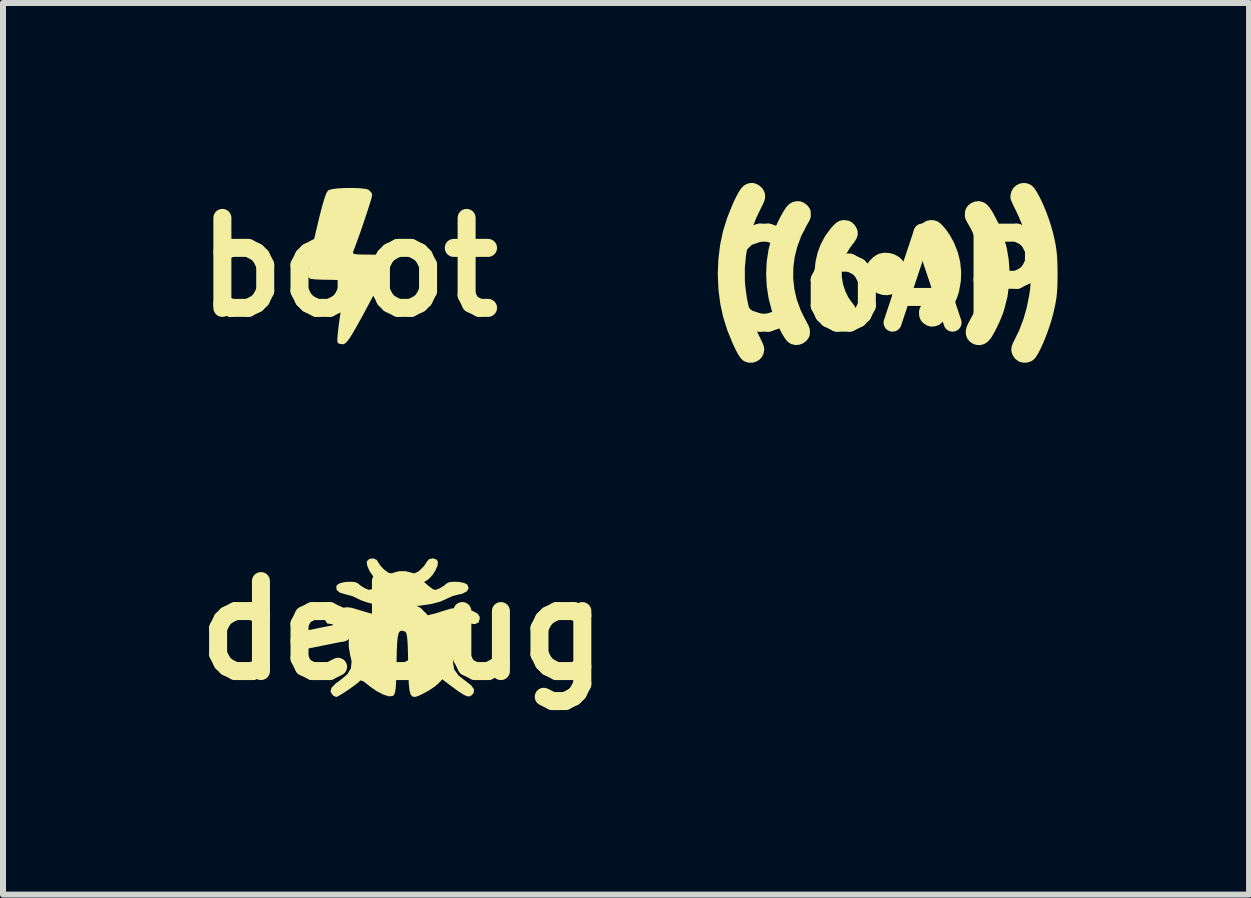
<source format=kicad_pcb>
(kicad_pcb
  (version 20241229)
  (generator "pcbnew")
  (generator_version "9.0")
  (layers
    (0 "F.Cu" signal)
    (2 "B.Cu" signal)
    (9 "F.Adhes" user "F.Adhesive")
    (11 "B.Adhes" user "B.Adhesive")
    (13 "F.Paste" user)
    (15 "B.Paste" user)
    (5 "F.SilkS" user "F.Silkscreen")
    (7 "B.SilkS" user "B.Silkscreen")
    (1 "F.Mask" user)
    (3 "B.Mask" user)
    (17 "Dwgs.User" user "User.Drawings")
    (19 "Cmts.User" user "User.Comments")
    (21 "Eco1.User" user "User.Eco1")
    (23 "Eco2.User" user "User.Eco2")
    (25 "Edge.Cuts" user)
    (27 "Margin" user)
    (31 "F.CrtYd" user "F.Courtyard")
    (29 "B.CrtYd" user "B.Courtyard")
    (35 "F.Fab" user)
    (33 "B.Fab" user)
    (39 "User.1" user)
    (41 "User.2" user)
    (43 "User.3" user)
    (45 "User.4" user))
  (footprint "debug"
    (layer "F.Cu")
    (at 3.657 7.458)
    (property "Reference" "debug" (at 0 0 0) (layer "F.SilkS") (effects (font (size 1.5 1.5) (thickness 0.3))))
    (attr board_only exclude_from_pos_files exclude_from_bom)
    (fp_poly (pts (xy 0.568 -1.182) (xy 0.591 -1.152) (xy 0.589 -1.089) (xy 0.555 -1.005) (xy 0.501 -0.92) (xy 0.438 -0.855) (xy 0.43 -0.849) (xy 0.362 -0.805) (xy 0.45 -0.731) (xy 0.511 -0.685) (xy 0.556 -0.675) (xy 0.614 -0.697) (xy 0.627 -0.704) (xy 0.694 -0.744) (xy 0.734 -0.779) (xy 0.735 -0.78) (xy 0.779 -0.803) (xy 0.859 -0.811) (xy 0.951 -0.807) (xy 1.033 -0.79) (xy 1.083 -0.763) (xy 1.105 -0.702) (xy 1.074 -0.649) (xy 0.996 -0.61) (xy 0.943 -0.599) (xy 0.843 -0.574) (xy 0.755 -0.536) (xy 0.747 -0.531) (xy 0.633 -0.479) (xy 0.474 -0.438) (xy 0.282 -0.411) (xy 0.073 -0.396) (xy -0.139 -0.397) (xy -0.343 -0.414) (xy -0.476 -0.437) (xy -0.59 -0.467) (xy -0.692 -0.503) (xy -0.747 -0.53) (xy -0.831 -0.57) (xy -0.932 -0.597) (xy -0.943 -0.599) (xy -1.041 -0.628) (xy -1.096 -0.675) (xy -1.101 -0.733) (xy -1.083 -0.763) (xy -1.032 -0.79) (xy -0.95 -0.807) (xy -0.858 -0.811) (xy -0.779 -0.803) (xy -0.735 -0.78) (xy -0.698 -0.747) (xy -0.631 -0.706) (xy -0.627 -0.704) (xy -0.565 -0.677) (xy -0.52 -0.681) (xy -0.463 -0.72) (xy -0.45 -0.731) (xy -0.362 -0.805) (xy -0.43 -0.849) (xy -0.493 -0.909) (xy -0.549 -0.993) (xy -0.586 -1.079) (xy -0.593 -1.146) (xy -0.591 -1.152) (xy -0.549 -1.192) (xy -0.485 -1.2) (xy -0.427 -1.175) (xy -0.406 -1.142) (xy -0.371 -1.085) (xy -0.31 -1.019) (xy -0.296 -1.007) (xy -0.227 -0.958) (xy -0.175 -0.951) (xy -0.15 -0.961) (xy -0.058 -0.986) (xy 0.053 -0.987) (xy 0.147 -0.963) (xy 0.15 -0.961) (xy 0.2 -0.95) (xy 0.258 -0.977) (xy 0.296 -1.007) (xy 0.361 -1.072) (xy 0.402 -1.133) (xy 0.406 -1.142) (xy 0.445 -1.187) (xy 0.509 -1.201)) (stroke (width 0) (type solid)) (fill yes) (layer "F.SilkS"))
    (fp_poly (pts (xy -0.848 -0.377) (xy -0.802 -0.364) (xy -0.611 -0.306) (xy -0.463 -0.265) (xy -0.345 -0.238) (xy -0.242 -0.222) (xy -0.141 -0.215) (xy -0.027 -0.215) (xy 0.075 -0.218) (xy 0.26 -0.23) (xy 0.41 -0.249) (xy 0.548 -0.282) (xy 0.646 -0.313) (xy 0.798 -0.36) (xy 0.918 -0.379) (xy 1.026 -0.371) (xy 1.141 -0.335) (xy 1.18 -0.32) (xy 1.257 -0.278) (xy 1.288 -0.228) (xy 1.291 -0.199) (xy 1.27 -0.131) (xy 1.206 -0.104) (xy 1.1 -0.119) (xy 1.052 -0.135) (xy 0.969 -0.162) (xy 0.91 -0.178) (xy 0.898 -0.18) (xy 0.888 -0.153) (xy 0.885 -0.08) (xy 0.889 0.025) (xy 0.891 0.055) (xy 0.896 0.238) (xy 0.879 0.375) (xy 0.872 0.402) (xy 0.844 0.539) (xy 0.865 0.653) (xy 0.938 0.753) (xy 1.037 0.831) (xy 1.143 0.912) (xy 1.194 0.98) (xy 1.191 1.04) (xy 1.155 1.082) (xy 1.119 1.101) (xy 1.074 1.097) (xy 1.01 1.066) (xy 0.917 1.004) (xy 0.818 0.931) (xy 0.666 0.816) (xy 0.6 0.886) (xy 0.536 0.94) (xy 0.442 1.002) (xy 0.372 1.041) (xy 0.284 1.085) (xy 0.218 1.109) (xy 0.171 1.105) (xy 0.138 1.07) (xy 0.118 0.996) (xy 0.106 0.878) (xy 0.1 0.711) (xy 0.097 0.548) (xy 0.093 0.355) (xy 0.088 0.215) (xy 0.08 0.118) (xy 0.07 0.059) (xy 0.056 0.028) (xy 0.044 0.019) (xy -0.001 0.006) (xy -0.035 0.01) (xy -0.059 0.04) (xy -0.076 0.101) (xy -0.086 0.202) (xy -0.093 0.349) (xy -0.097 0.548) (xy -0.101 0.737) (xy -0.105 0.876) (xy -0.112 0.972) (xy -0.122 1.034) (xy -0.136 1.07) (xy -0.154 1.09) (xy -0.156 1.092) (xy -0.22 1.1) (xy -0.314 1.072) (xy -0.425 1.015) (xy -0.541 0.934) (xy -0.58 0.902) (xy -0.65 0.849) (xy -0.696 0.834) (xy -0.705 0.84) (xy -0.739 0.872) (xy -0.807 0.924) (xy -0.892 0.985) (xy -0.98 1.043) (xy -1.054 1.088) (xy -1.099 1.11) (xy -1.103 1.111) (xy -1.145 1.092) (xy -1.165 1.075) (xy -1.198 1.017) (xy -1.181 0.956) (xy -1.112 0.885) (xy -1.037 0.831) (xy -0.919 0.734) (xy -0.857 0.632) (xy -0.846 0.515) (xy -0.872 0.402) (xy -0.893 0.278) (xy -0.894 0.107) (xy -0.891 0.055) (xy -0.885 -0.055) (xy -0.887 -0.138) (xy -0.895 -0.178) (xy -0.898 -0.18) (xy -0.939 -0.171) (xy -1.015 -0.147) (xy -1.052 -0.135) (xy -1.174 -0.104) (xy -1.252 -0.114) (xy -1.285 -0.165) (xy -1.285 -0.205) (xy -1.272 -0.253) (xy -1.234 -0.289) (xy -1.16 -0.323) (xy -1.102 -0.343) (xy -0.996 -0.376) (xy -0.92 -0.386)) (stroke (width 0) (type solid)) (fill yes) (layer "F.SilkS")))
  (footprint "CoAP"
    (layer "F.Cu")
    (at 11.65 1.65)
    (property "Reference" "CoAP" (at 0 0 0) (layer "F.SilkS") (effects (font (size 1.5 1.5) (thickness 0.3))))
    (attr board_only exclude_from_pos_files exclude_from_bom)
    (fp_poly (pts (xy 0.123 -0.483) (xy 0.205 -0.461) (xy 0.279 -0.421) (xy 0.334 -0.373) (xy 0.382 -0.31) (xy 0.411 -0.244) (xy 0.423 -0.169) (xy 0.424 -0.136) (xy 0.416 -0.051) (xy 0.391 0.021) (xy 0.347 0.087) (xy 0.32 0.117) (xy 0.25 0.171) (xy 0.171 0.206) (xy 0.088 0.221) (xy 0.004 0.215) (xy -0.078 0.187) (xy -0.151 0.14) (xy -0.212 0.077) (xy -0.25 0.017) (xy -0.264 -0.018) (xy -0.273 -0.053) (xy -0.277 -0.096) (xy -0.277 -0.136) (xy -0.276 -0.188) (xy -0.272 -0.225) (xy -0.263 -0.256) (xy -0.247 -0.29) (xy -0.247 -0.29) (xy -0.208 -0.348) (xy -0.156 -0.402) (xy -0.098 -0.445) (xy -0.044 -0.471) (xy 0.039 -0.487)) (stroke (width 0) (type solid)) (fill yes) (layer "F.SilkS"))
    (fp_poly (pts (xy -0.553 -1.021) (xy -0.495 -0.991) (xy -0.448 -0.943) (xy -0.414 -0.881) (xy -0.403 -0.843) (xy -0.402 -0.784) (xy -0.423 -0.721) (xy -0.466 -0.654) (xy -0.483 -0.633) (xy -0.535 -0.564) (xy -0.583 -0.482) (xy -0.623 -0.397) (xy -0.65 -0.317) (xy -0.652 -0.312) (xy -0.669 -0.199) (xy -0.667 -0.081) (xy -0.647 0.038) (xy -0.61 0.153) (xy -0.557 0.26) (xy -0.506 0.332) (xy -0.466 0.384) (xy -0.44 0.427) (xy -0.426 0.465) (xy -0.42 0.506) (xy -0.42 0.524) (xy -0.43 0.59) (xy -0.459 0.648) (xy -0.502 0.694) (xy -0.556 0.727) (xy -0.617 0.744) (xy -0.682 0.742) (xy -0.718 0.732) (xy -0.769 0.704) (xy -0.823 0.655) (xy -0.878 0.589) (xy -0.934 0.508) (xy -0.981 0.426) (xy -1.047 0.28) (xy -1.092 0.128) (xy -1.117 -0.026) (xy -1.122 -0.182) (xy -1.106 -0.335) (xy -1.072 -0.486) (xy -1.018 -0.63) (xy -0.945 -0.766) (xy -0.853 -0.892) (xy -0.806 -0.945) (xy -0.758 -0.989) (xy -0.712 -1.016) (xy -0.661 -1.029) (xy -0.62 -1.031)) (stroke (width 0) (type solid)) (fill yes) (layer "F.SilkS"))
    (fp_poly (pts (xy 1.685 -1.332) (xy 1.686 -1.331) (xy 1.723 -1.312) (xy 1.756 -1.285) (xy 1.79 -1.247) (xy 1.826 -1.195) (xy 1.856 -1.146) (xy 1.951 -0.963) (xy 2.026 -0.77) (xy 2.081 -0.572) (xy 2.115 -0.368) (xy 2.129 -0.162) (xy 2.121 0.044) (xy 2.093 0.249) (xy 2.042 0.45) (xy 2.021 0.515) (xy 1.992 0.591) (xy 1.957 0.674) (xy 1.917 0.758) (xy 1.876 0.837) (xy 1.838 0.905) (xy 1.815 0.94) (xy 1.764 0.998) (xy 1.705 1.036) (xy 1.64 1.053) (xy 1.573 1.049) (xy 1.524 1.033) (xy 1.466 0.995) (xy 1.425 0.945) (xy 1.402 0.886) (xy 1.398 0.819) (xy 1.413 0.748) (xy 1.445 0.68) (xy 1.534 0.513) (xy 1.602 0.343) (xy 1.647 0.168) (xy 1.671 -0.013) (xy 1.674 -0.193) (xy 1.657 -0.375) (xy 1.621 -0.549) (xy 1.565 -0.716) (xy 1.487 -0.88) (xy 1.451 -0.944) (xy 1.421 -0.996) (xy 1.401 -1.034) (xy 1.39 -1.064) (xy 1.384 -1.09) (xy 1.383 -1.118) (xy 1.383 -1.118) (xy 1.388 -1.181) (xy 1.405 -1.23) (xy 1.437 -1.274) (xy 1.491 -1.316) (xy 1.554 -1.341) (xy 1.62 -1.347)) (stroke (width 0) (type solid)) (fill yes) (layer "F.SilkS"))
    (fp_poly (pts (xy 0.87 -1.029) (xy 0.926 -1.01) (xy 0.975 -0.977) (xy 1.027 -0.924) (xy 1.082 -0.856) (xy 1.135 -0.776) (xy 1.186 -0.686) (xy 1.208 -0.642) (xy 1.268 -0.489) (xy 1.306 -0.331) (xy 1.322 -0.17) (xy 1.316 -0.009) (xy 1.287 0.153) (xy 1.28 0.181) (xy 1.254 0.259) (xy 1.22 0.34) (xy 1.179 0.422) (xy 1.134 0.501) (xy 1.086 0.573) (xy 1.039 0.636) (xy 0.993 0.684) (xy 0.953 0.716) (xy 0.945 0.72) (xy 0.879 0.741) (xy 0.814 0.744) (xy 0.754 0.727) (xy 0.754 0.727) (xy 0.691 0.687) (xy 0.648 0.637) (xy 0.624 0.576) (xy 0.619 0.521) (xy 0.622 0.476) (xy 0.633 0.437) (xy 0.655 0.396) (xy 0.69 0.349) (xy 0.702 0.334) (xy 0.758 0.254) (xy 0.805 0.16) (xy 0.841 0.058) (xy 0.865 -0.045) (xy 0.873 -0.136) (xy 0.863 -0.242) (xy 0.835 -0.352) (xy 0.792 -0.459) (xy 0.736 -0.558) (xy 0.691 -0.618) (xy 0.648 -0.671) (xy 0.621 -0.716) (xy 0.606 -0.758) (xy 0.601 -0.804) (xy 0.601 -0.813) (xy 0.612 -0.878) (xy 0.645 -0.939) (xy 0.695 -0.99) (xy 0.746 -1.018) (xy 0.807 -1.031)) (stroke (width 0) (type solid)) (fill yes) (layer "F.SilkS"))
    (fp_poly (pts (xy -1.357 -1.343) (xy -1.297 -1.319) (xy -1.243 -1.277) (xy -1.219 -1.248) (xy -1.199 -1.216) (xy -1.188 -1.185) (xy -1.185 -1.146) (xy -1.185 -1.13) (xy -1.185 -1.099) (xy -1.189 -1.073) (xy -1.197 -1.047) (xy -1.212 -1.015) (xy -1.236 -0.972) (xy -1.255 -0.939) (xy -1.342 -0.769) (xy -1.408 -0.595) (xy -1.453 -0.417) (xy -1.476 -0.237) (xy -1.478 -0.057) (xy -1.458 0.121) (xy -1.417 0.297) (xy -1.354 0.468) (xy -1.303 0.574) (xy -1.276 0.625) (xy -1.251 0.673) (xy -1.231 0.711) (xy -1.221 0.729) (xy -1.204 0.778) (xy -1.198 0.835) (xy -1.204 0.89) (xy -1.216 0.924) (xy -1.257 0.981) (xy -1.311 1.022) (xy -1.373 1.046) (xy -1.438 1.052) (xy -1.504 1.037) (xy -1.514 1.033) (xy -1.545 1.015) (xy -1.574 0.991) (xy -1.603 0.958) (xy -1.635 0.91) (xy -1.673 0.846) (xy -1.675 0.842) (xy -1.766 0.661) (xy -1.837 0.47) (xy -1.888 0.273) (xy -1.919 0.071) (xy -1.929 -0.133) (xy -1.92 -0.337) (xy -1.889 -0.539) (xy -1.838 -0.737) (xy -1.784 -0.888) (xy -1.739 -0.989) (xy -1.69 -1.087) (xy -1.64 -1.176) (xy -1.593 -1.248) (xy -1.543 -1.3) (xy -1.484 -1.333) (xy -1.421 -1.347)) (stroke (width 0) (type solid)) (fill yes) (layer "F.SilkS"))
    (fp_poly (pts (xy -2.087 -1.633) (xy -2.033 -1.6) (xy -1.989 -1.556) (xy -1.959 -1.502) (xy -1.951 -1.477) (xy -1.945 -1.431) (xy -1.949 -1.387) (xy -1.963 -1.34) (xy -1.989 -1.282) (xy -2.003 -1.256) (xy -2.094 -1.068) (xy -2.169 -0.868) (xy -2.226 -0.661) (xy -2.264 -0.449) (xy -2.284 -0.238) (xy -2.284 -0.03) (xy -2.279 0.051) (xy -2.251 0.265) (xy -2.208 0.467) (xy -2.147 0.662) (xy -2.067 0.856) (xy -2.023 0.946) (xy -1.995 1.004) (xy -1.976 1.048) (xy -1.966 1.082) (xy -1.961 1.112) (xy -1.961 1.125) (xy -1.971 1.192) (xy -1.999 1.25) (xy -2.042 1.297) (xy -2.095 1.329) (xy -2.156 1.346) (xy -2.221 1.346) (xy -2.287 1.325) (xy -2.288 1.324) (xy -2.318 1.305) (xy -2.347 1.278) (xy -2.376 1.238) (xy -2.408 1.185) (xy -2.444 1.116) (xy -2.484 1.031) (xy -2.574 0.811) (xy -2.644 0.59) (xy -2.693 0.366) (xy -2.723 0.135) (xy -2.734 -0.107) (xy -2.735 -0.136) (xy -2.725 -0.381) (xy -2.696 -0.617) (xy -2.648 -0.846) (xy -2.578 -1.071) (xy -2.487 -1.296) (xy -2.466 -1.343) (xy -2.423 -1.431) (xy -2.385 -1.5) (xy -2.351 -1.552) (xy -2.317 -1.591) (xy -2.282 -1.618) (xy -2.244 -1.637) (xy -2.203 -1.648) (xy -2.145 -1.65)) (stroke (width 0) (type solid)) (fill yes) (layer "F.SilkS"))
    (fp_poly (pts (xy 2.413 -1.646) (xy 2.473 -1.624) (xy 2.511 -1.596) (xy 2.544 -1.559) (xy 2.581 -1.503) (xy 2.621 -1.431) (xy 2.663 -1.347) (xy 2.705 -1.253) (xy 2.746 -1.152) (xy 2.784 -1.047) (xy 2.818 -0.943) (xy 2.847 -0.841) (xy 2.851 -0.827) (xy 2.876 -0.723) (xy 2.895 -0.629) (xy 2.909 -0.539) (xy 2.919 -0.448) (xy 2.925 -0.349) (xy 2.928 -0.237) (xy 2.929 -0.142) (xy 2.928 -0.023) (xy 2.926 0.078) (xy 2.92 0.167) (xy 2.912 0.249) (xy 2.9 0.33) (xy 2.883 0.415) (xy 2.862 0.508) (xy 2.856 0.53) (xy 2.83 0.628) (xy 2.798 0.73) (xy 2.762 0.834) (xy 2.724 0.935) (xy 2.684 1.03) (xy 2.644 1.116) (xy 2.607 1.189) (xy 2.571 1.247) (xy 2.546 1.279) (xy 2.497 1.318) (xy 2.436 1.341) (xy 2.37 1.347) (xy 2.306 1.335) (xy 2.277 1.322) (xy 2.222 1.281) (xy 2.182 1.223) (xy 2.164 1.175) (xy 2.157 1.13) (xy 2.162 1.083) (xy 2.18 1.03) (xy 2.21 0.969) (xy 2.292 0.799) (xy 2.362 0.614) (xy 2.417 0.418) (xy 2.457 0.218) (xy 2.472 0.114) (xy 2.477 0.043) (xy 2.48 -0.043) (xy 2.48 -0.138) (xy 2.478 -0.236) (xy 2.473 -0.332) (xy 2.467 -0.42) (xy 2.458 -0.493) (xy 2.455 -0.516) (xy 2.422 -0.674) (xy 2.383 -0.819) (xy 2.335 -0.959) (xy 2.276 -1.102) (xy 2.219 -1.221) (xy 2.189 -1.282) (xy 2.168 -1.328) (xy 2.154 -1.362) (xy 2.146 -1.387) (xy 2.143 -1.41) (xy 2.144 -1.433) (xy 2.144 -1.444) (xy 2.16 -1.51) (xy 2.192 -1.565) (xy 2.237 -1.608) (xy 2.291 -1.637) (xy 2.351 -1.65)) (stroke (width 0) (type solid)) (fill yes) (layer "F.SilkS")))
  (footprint "boot"
    (layer "F.Cu")
    (at 2.764 1.404)
    (property "Reference" "boot" (at 0 0 0) (layer "F.SilkS") (effects (font (size 1.5 1.5) (thickness 0.3))))
    (attr board_only exclude_from_pos_files exclude_from_bom)
    (fp_poly (pts (xy 0.191 -1.316) (xy 0.287 -1.304) (xy 0.332 -1.29) (xy 0.379 -1.241) (xy 0.39 -1.203) (xy 0.381 -1.16) (xy 0.355 -1.072) (xy 0.317 -0.952) (xy 0.27 -0.81) (xy 0.219 -0.659) (xy 0.167 -0.511) (xy 0.118 -0.377) (xy 0.077 -0.27) (xy 0.075 -0.263) (xy 0.07 -0.238) (xy 0.087 -0.222) (xy 0.136 -0.214) (xy 0.227 -0.211) (xy 0.325 -0.21) (xy 0.48 -0.208) (xy 0.585 -0.201) (xy 0.648 -0.185) (xy 0.68 -0.158) (xy 0.69 -0.117) (xy 0.69 -0.109) (xy 0.676 -0.066) (xy 0.637 0.022) (xy 0.577 0.147) (xy 0.5 0.3) (xy 0.409 0.474) (xy 0.334 0.615) (xy 0.222 0.823) (xy 0.133 0.983) (xy 0.065 1.102) (xy 0.012 1.186) (xy -0.029 1.24) (xy -0.061 1.27) (xy -0.088 1.284) (xy -0.097 1.285) (xy -0.164 1.276) (xy -0.19 1.25) (xy -0.191 1.206) (xy -0.184 1.114) (xy -0.17 0.985) (xy -0.149 0.831) (xy -0.134 0.73) (xy -0.109 0.568) (xy -0.088 0.426) (xy -0.072 0.316) (xy -0.063 0.249) (xy -0.061 0.233) (xy -0.088 0.223) (xy -0.162 0.215) (xy -0.27 0.211) (xy -0.328 0.21) (xy -0.454 0.208) (xy -0.56 0.203) (xy -0.629 0.195) (xy -0.643 0.192) (xy -0.666 0.177) (xy -0.68 0.149) (xy -0.685 0.102) (xy -0.679 0.029) (xy -0.661 -0.078) (xy -0.632 -0.224) (xy -0.589 -0.416) (xy -0.544 -0.613) (xy -0.488 -0.846) (xy -0.442 -1.024) (xy -0.404 -1.153) (xy -0.373 -1.235) (xy -0.347 -1.278) (xy -0.343 -1.281) (xy -0.287 -1.3) (xy -0.188 -1.313) (xy -0.064 -1.32) (xy 0.068 -1.321)) (stroke (width 0) (type solid)) (fill yes) (layer "F.SilkS")))
  (gr_rect
    (start -3 -3)
    (end 17.771 11.862)
    (stroke (width 0.1) (type default))
    (fill no)
    (layer "Edge.Cuts")))
</source>
